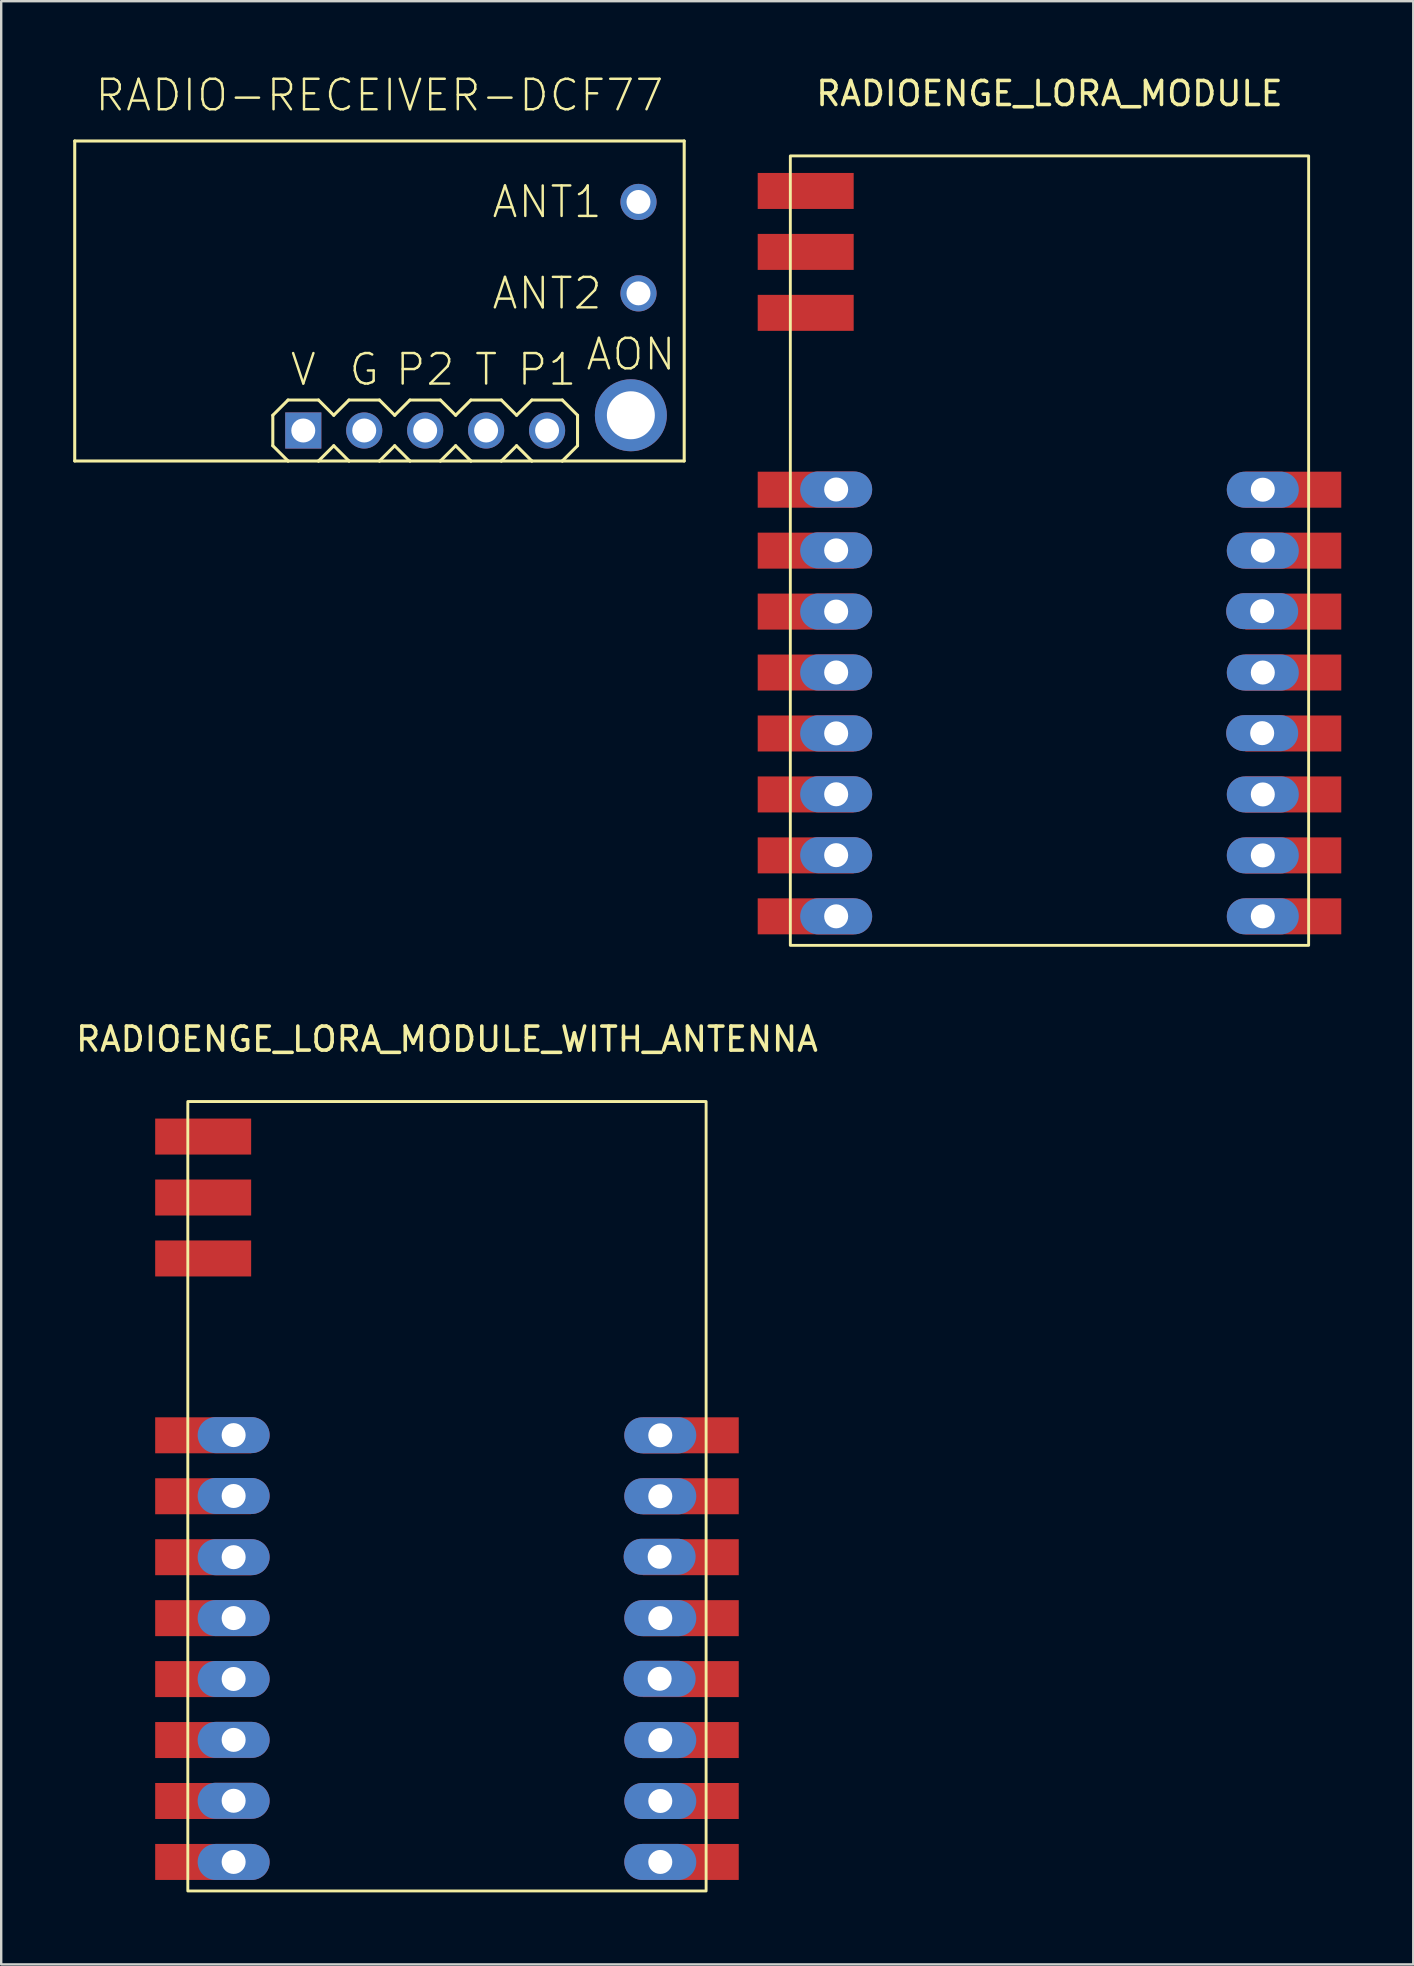
<source format=kicad_pcb>
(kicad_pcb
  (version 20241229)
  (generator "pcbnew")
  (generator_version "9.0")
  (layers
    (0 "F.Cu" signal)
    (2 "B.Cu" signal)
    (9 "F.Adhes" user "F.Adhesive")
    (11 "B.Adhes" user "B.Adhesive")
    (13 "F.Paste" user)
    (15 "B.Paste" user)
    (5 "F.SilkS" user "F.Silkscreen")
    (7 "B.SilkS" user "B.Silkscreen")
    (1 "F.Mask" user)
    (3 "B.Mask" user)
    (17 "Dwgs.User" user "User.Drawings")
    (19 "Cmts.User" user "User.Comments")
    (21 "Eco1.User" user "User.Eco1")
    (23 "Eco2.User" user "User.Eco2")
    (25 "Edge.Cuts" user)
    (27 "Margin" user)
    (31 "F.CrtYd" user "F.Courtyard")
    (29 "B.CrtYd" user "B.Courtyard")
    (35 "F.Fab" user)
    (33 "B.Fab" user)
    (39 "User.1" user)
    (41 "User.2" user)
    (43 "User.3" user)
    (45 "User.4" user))
  (footprint "RADIOENGE_LORA_MODULE_WITH_ANTENNA"
    (layer "F.Cu")
    (at 15.577 59.306)
    (property "Reference" "RADIOENGE_LORA_MODULE_WITH_ANTENNA" (at 0 -19.05 0) (unlocked yes) (layer "F.SilkS") (effects (font (size 1 1) (thickness 0.15))))
    (attr smd)
    (fp_rect (start -10.8 -16.45) (end 10.8 16.45) (stroke (width 0.12) (type solid)) (fill no) (layer "F.SilkS"))
    (pad "1" thru_hole oval (at 8.89 15.24) (size 3 1.5) (drill 1) (layers "*.Cu" "*.Mask"))
    (pad "1" smd rect (at 10.16 15.24) (size 4 1.5) (layers "F.Cu" "F.Mask" "F.Paste"))
    (pad "2" thru_hole oval (at 8.89 12.7) (size 3 1.5) (drill 1) (layers "*.Cu" "*.Mask"))
    (pad "2" smd rect (at 10.16 12.7) (size 4 1.5) (layers "F.Cu" "F.Mask" "F.Paste"))
    (pad "3" thru_hole oval (at 8.89 10.16) (size 3 1.5) (drill 1) (layers "*.Cu" "*.Mask"))
    (pad "3" smd rect (at 10.16 10.16) (size 4 1.5) (layers "F.Cu" "F.Mask" "F.Paste"))
    (pad "4" thru_hole oval (at 8.864 7.606) (size 3 1.5) (drill 1) (layers "*.Cu" "*.Mask"))
    (pad "4" smd rect (at 10.16 7.62) (size 4 1.5) (layers "F.Cu" "F.Mask" "F.Paste"))
    (pad "5" thru_hole oval (at 8.89 5.08) (size 3 1.5) (drill 1) (layers "*.Cu" "*.Mask"))
    (pad "5" smd rect (at 10.16 5.08) (size 4 1.5) (layers "F.Cu" "F.Mask" "F.Paste"))
    (pad "6" thru_hole oval (at 8.864 2.522) (size 3 1.5) (drill 1) (layers "*.Cu" "*.Mask"))
    (pad "6" smd rect (at 10.16 2.54) (size 4 1.5) (layers "F.Cu" "F.Mask" "F.Paste"))
    (pad "7" thru_hole oval (at 8.89 0) (size 3 1.5) (drill 1) (layers "*.Cu" "*.Mask"))
    (pad "7" smd rect (at 10.16 0) (size 4 1.5) (layers "F.Cu" "F.Mask" "F.Paste"))
    (pad "8" thru_hole oval (at 8.89 -2.54) (size 3 1.5) (drill 1) (layers "*.Cu" "*.Mask"))
    (pad "8" smd rect (at 10.16 -2.54) (size 4 1.5) (layers "F.Cu" "F.Mask" "F.Paste"))
    (pad "9" smd rect (at -10.16 15.24) (size 4 1.5) (layers "F.Cu" "F.Mask" "F.Paste"))
    (pad "9" thru_hole oval (at -8.89 15.24) (size 3 1.5) (drill 1) (layers "*.Cu" "*.Mask"))
    (pad "10" smd rect (at -10.16 12.7) (size 4 1.5) (layers "F.Cu" "F.Mask" "F.Paste"))
    (pad "10" thru_hole oval (at -8.89 12.691) (size 3 1.5) (drill 1) (layers "*.Cu" "*.Mask"))
    (pad "11" smd rect (at -10.16 10.16) (size 4 1.5) (layers "F.Cu" "F.Mask" "F.Paste"))
    (pad "11" thru_hole oval (at -8.89 10.153) (size 3 1.5) (drill 1) (layers "*.Cu" "*.Mask"))
    (pad "12" smd rect (at -10.16 7.62) (size 4 1.5) (layers "F.Cu" "F.Mask" "F.Paste"))
    (pad "12" thru_hole oval (at -8.89 7.615) (size 3 1.5) (drill 1) (layers "*.Cu" "*.Mask"))
    (pad "13" smd rect (at -10.16 5.08) (size 4 1.5) (layers "F.Cu" "F.Mask" "F.Paste"))
    (pad "13" thru_hole oval (at -8.89 5.077) (size 3 1.5) (drill 1) (layers "*.Cu" "*.Mask"))
    (pad "14" smd rect (at -10.16 2.54) (size 4 1.5) (layers "F.Cu" "F.Mask" "F.Paste"))
    (pad "14" thru_hole oval (at -8.89 2.539) (size 3 1.5) (drill 1) (layers "*.Cu" "*.Mask"))
    (pad "15" smd rect (at -10.16 0) (size 4 1.5) (layers "F.Cu" "F.Mask" "F.Paste"))
    (pad "15" thru_hole oval (at -8.89 -0.011) (size 3 1.5) (drill 1) (layers "*.Cu" "*.Mask"))
    (pad "16" smd rect (at -10.16 -2.54) (size 4 1.5) (layers "F.Cu" "F.Mask" "F.Paste"))
    (pad "16" thru_hole oval (at -8.89 -2.548) (size 3 1.5) (drill 1) (layers "*.Cu" "*.Mask"))
    (pad "17" smd rect (at -10.16 -14.99) (size 4 1.5) (layers "F.Cu" "F.Mask" "F.Paste"))
    (pad "18" smd rect (at -10.16 -12.45) (size 4 1.5) (layers "F.Cu" "F.Mask" "F.Paste"))
    (pad "19" smd rect (at -10.16 -9.91) (size 4 1.5) (layers "F.Cu" "F.Mask" "F.Paste"))
    (zone (net_name "") (layers "F.Cu" "B.Cu") (hatch edge 0.508) (connect_pads) (min_thickness 0.254) (filled_areas_thickness no) (keepout (tracks not_allowed) (vias not_allowed) (pads not_allowed) (copperpour not_allowed) (footprints not_allowed)) (placement (enabled no)) (fill) (polygon (pts (xy 20.577 50.306) (xy 13.577 50.306) (xy 13.577 42.856) (xy 20.677 42.806)))))
  (footprint "RADIOENGE_LORA_MODULE"
    (layer "F.Cu")
    (at 40.687 19.898)
    (property "Reference" "RADIOENGE_LORA_MODULE" (at 0 -19.05 0) (unlocked yes) (layer "F.SilkS") (effects (font (size 1 1) (thickness 0.15))))
    (attr smd)
    (fp_rect (start -10.8 -16.45) (end 10.8 16.45) (stroke (width 0.12) (type solid)) (fill no) (layer "F.SilkS"))
    (pad "1" thru_hole oval (at 8.89 15.24) (size 3 1.5) (drill 1) (layers "*.Cu" "*.Mask"))
    (pad "1" smd rect (at 10.16 15.24) (size 4 1.5) (layers "F.Cu" "F.Mask" "F.Paste"))
    (pad "2" thru_hole oval (at 8.89 12.7) (size 3 1.5) (drill 1) (layers "*.Cu" "*.Mask"))
    (pad "2" smd rect (at 10.16 12.7) (size 4 1.5) (layers "F.Cu" "F.Mask" "F.Paste"))
    (pad "3" thru_hole oval (at 8.89 10.16) (size 3 1.5) (drill 1) (layers "*.Cu" "*.Mask"))
    (pad "3" smd rect (at 10.16 10.16) (size 4 1.5) (layers "F.Cu" "F.Mask" "F.Paste"))
    (pad "4" thru_hole oval (at 8.864 7.606) (size 3 1.5) (drill 1) (layers "*.Cu" "*.Mask"))
    (pad "4" smd rect (at 10.16 7.62) (size 4 1.5) (layers "F.Cu" "F.Mask" "F.Paste"))
    (pad "5" thru_hole oval (at 8.89 5.08) (size 3 1.5) (drill 1) (layers "*.Cu" "*.Mask"))
    (pad "5" smd rect (at 10.16 5.08) (size 4 1.5) (layers "F.Cu" "F.Mask" "F.Paste"))
    (pad "6" thru_hole oval (at 8.864 2.522) (size 3 1.5) (drill 1) (layers "*.Cu" "*.Mask"))
    (pad "6" smd rect (at 10.16 2.54) (size 4 1.5) (layers "F.Cu" "F.Mask" "F.Paste"))
    (pad "7" thru_hole oval (at 8.89 0) (size 3 1.5) (drill 1) (layers "*.Cu" "*.Mask"))
    (pad "7" smd rect (at 10.16 0) (size 4 1.5) (layers "F.Cu" "F.Mask" "F.Paste"))
    (pad "8" thru_hole oval (at 8.89 -2.54) (size 3 1.5) (drill 1) (layers "*.Cu" "*.Mask"))
    (pad "8" smd rect (at 10.16 -2.54) (size 4 1.5) (layers "F.Cu" "F.Mask" "F.Paste"))
    (pad "9" smd rect (at -10.16 15.24) (size 4 1.5) (layers "F.Cu" "F.Mask" "F.Paste"))
    (pad "9" thru_hole oval (at -8.89 15.24) (size 3 1.5) (drill 1) (layers "*.Cu" "*.Mask"))
    (pad "10" smd rect (at -10.16 12.7) (size 4 1.5) (layers "F.Cu" "F.Mask" "F.Paste"))
    (pad "10" thru_hole oval (at -8.89 12.691) (size 3 1.5) (drill 1) (layers "*.Cu" "*.Mask"))
    (pad "11" smd rect (at -10.16 10.16) (size 4 1.5) (layers "F.Cu" "F.Mask" "F.Paste"))
    (pad "11" thru_hole oval (at -8.89 10.153) (size 3 1.5) (drill 1) (layers "*.Cu" "*.Mask"))
    (pad "12" smd rect (at -10.16 7.62) (size 4 1.5) (layers "F.Cu" "F.Mask" "F.Paste"))
    (pad "12" thru_hole oval (at -8.89 7.615) (size 3 1.5) (drill 1) (layers "*.Cu" "*.Mask"))
    (pad "13" smd rect (at -10.16 5.08) (size 4 1.5) (layers "F.Cu" "F.Mask" "F.Paste"))
    (pad "13" thru_hole oval (at -8.89 5.077) (size 3 1.5) (drill 1) (layers "*.Cu" "*.Mask"))
    (pad "14" smd rect (at -10.16 2.54) (size 4 1.5) (layers "F.Cu" "F.Mask" "F.Paste"))
    (pad "14" thru_hole oval (at -8.89 2.539) (size 3 1.5) (drill 1) (layers "*.Cu" "*.Mask"))
    (pad "15" smd rect (at -10.16 0) (size 4 1.5) (layers "F.Cu" "F.Mask" "F.Paste"))
    (pad "15" thru_hole oval (at -8.89 -0.011) (size 3 1.5) (drill 1) (layers "*.Cu" "*.Mask"))
    (pad "16" smd rect (at -10.16 -2.54) (size 4 1.5) (layers "F.Cu" "F.Mask" "F.Paste"))
    (pad "16" thru_hole oval (at -8.89 -2.548) (size 3 1.5) (drill 1) (layers "*.Cu" "*.Mask"))
    (pad "17" smd rect (at -10.16 -14.99) (size 4 1.5) (layers "F.Cu" "F.Mask" "F.Paste"))
    (pad "18" smd rect (at -10.16 -12.45) (size 4 1.5) (layers "F.Cu" "F.Mask" "F.Paste"))
    (pad "19" smd rect (at -10.16 -9.91) (size 4 1.5) (layers "F.Cu" "F.Mask" "F.Paste"))
    (zone (net_name "") (layers "F.Cu" "B.Cu") (hatch edge 0.508) (connect_pads) (min_thickness 0.254) (filled_areas_thickness no) (keepout (tracks not_allowed) (vias not_allowed) (pads not_allowed) (copperpour not_allowed) (footprints not_allowed)) (placement (enabled no)) (fill) (polygon (pts (xy 45.687 10.898) (xy 38.687 10.898) (xy 38.687 3.448) (xy 45.787 3.398)))))
  (footprint "RADIO-RECEIVER-DCF77"
    (layer "F.Cu")
    (at 12.764 9.811)
    (property "Reference" "RADIO-RECEIVER-DCF77" (at 0 -8.89 0) (layer "F.SilkS") (effects (font (size 1.27 1.27) (thickness 0.102))))
    (attr exclude_from_pos_files exclude_from_bom)
    (fp_line (start -12.7 -6.985) (end 12.7 -6.985) (stroke (width 0.127) (type solid)) (layer "F.SilkS"))
    (fp_line (start -12.7 6.35) (end -12.7 -6.985) (stroke (width 0.127) (type solid)) (layer "F.SilkS"))
    (fp_line (start -4.445 4.445) (end -3.81 3.81) (stroke (width 0.127) (type solid)) (layer "F.SilkS"))
    (fp_line (start -4.445 5.715) (end -4.445 4.445) (stroke (width 0.127) (type solid)) (layer "F.SilkS"))
    (fp_line (start -3.81 3.81) (end -2.54 3.81) (stroke (width 0.127) (type solid)) (layer "F.SilkS"))
    (fp_line (start -3.81 6.35) (end -12.7 6.35) (stroke (width 0.127) (type solid)) (layer "F.SilkS"))
    (fp_line (start -3.81 6.35) (end -4.445 5.715) (stroke (width 0.127) (type solid)) (layer "F.SilkS"))
    (fp_line (start -2.54 3.81) (end -1.905 4.445) (stroke (width 0.127) (type solid)) (layer "F.SilkS"))
    (fp_line (start -2.54 6.35) (end -3.81 6.35) (stroke (width 0.127) (type solid)) (layer "F.SilkS"))
    (fp_line (start -1.905 4.445) (end -1.27 3.81) (stroke (width 0.127) (type solid)) (layer "F.SilkS"))
    (fp_line (start -1.905 5.715) (end -2.54 6.35) (stroke (width 0.127) (type solid)) (layer "F.SilkS"))
    (fp_line (start -1.27 3.81) (end 0 3.81) (stroke (width 0.127) (type solid)) (layer "F.SilkS"))
    (fp_line (start -1.27 6.35) (end -2.54 6.35) (stroke (width 0.127) (type solid)) (layer "F.SilkS"))
    (fp_line (start -1.27 6.35) (end -1.905 5.715) (stroke (width 0.127) (type solid)) (layer "F.SilkS"))
    (fp_line (start 0 3.81) (end 0.635 4.445) (stroke (width 0.127) (type solid)) (layer "F.SilkS"))
    (fp_line (start 0 6.35) (end -1.27 6.35) (stroke (width 0.127) (type solid)) (layer "F.SilkS"))
    (fp_line (start 0.635 4.445) (end 1.27 3.81) (stroke (width 0.127) (type solid)) (layer "F.SilkS"))
    (fp_line (start 0.635 5.715) (end 0 6.35) (stroke (width 0.127) (type solid)) (layer "F.SilkS"))
    (fp_line (start 1.27 3.81) (end 2.54 3.81) (stroke (width 0.127) (type solid)) (layer "F.SilkS"))
    (fp_line (start 1.27 6.35) (end 0 6.35) (stroke (width 0.127) (type solid)) (layer "F.SilkS"))
    (fp_line (start 1.27 6.35) (end 0.635 5.715) (stroke (width 0.127) (type solid)) (layer "F.SilkS"))
    (fp_line (start 2.54 3.81) (end 3.175 4.445) (stroke (width 0.127) (type solid)) (layer "F.SilkS"))
    (fp_line (start 2.54 6.35) (end 1.27 6.35) (stroke (width 0.127) (type solid)) (layer "F.SilkS"))
    (fp_line (start 3.175 4.445) (end 3.81 3.81) (stroke (width 0.127) (type solid)) (layer "F.SilkS"))
    (fp_line (start 3.175 5.715) (end 2.54 6.35) (stroke (width 0.127) (type solid)) (layer "F.SilkS"))
    (fp_line (start 3.81 3.81) (end 5.08 3.81) (stroke (width 0.127) (type solid)) (layer "F.SilkS"))
    (fp_line (start 3.81 6.35) (end 2.54 6.35) (stroke (width 0.127) (type solid)) (layer "F.SilkS"))
    (fp_line (start 3.81 6.35) (end 3.175 5.715) (stroke (width 0.127) (type solid)) (layer "F.SilkS"))
    (fp_line (start 5.08 3.81) (end 5.715 4.445) (stroke (width 0.127) (type solid)) (layer "F.SilkS"))
    (fp_line (start 5.08 6.35) (end 3.81 6.35) (stroke (width 0.127) (type solid)) (layer "F.SilkS"))
    (fp_line (start 5.715 4.445) (end 6.35 3.81) (stroke (width 0.127) (type solid)) (layer "F.SilkS"))
    (fp_line (start 5.715 5.715) (end 5.08 6.35) (stroke (width 0.127) (type solid)) (layer "F.SilkS"))
    (fp_line (start 6.35 3.81) (end 7.62 3.81) (stroke (width 0.127) (type solid)) (layer "F.SilkS"))
    (fp_line (start 6.35 6.35) (end 5.08 6.35) (stroke (width 0.127) (type solid)) (layer "F.SilkS"))
    (fp_line (start 6.35 6.35) (end 5.715 5.715) (stroke (width 0.127) (type solid)) (layer "F.SilkS"))
    (fp_line (start 7.62 3.81) (end 8.255 4.445) (stroke (width 0.127) (type solid)) (layer "F.SilkS"))
    (fp_line (start 7.62 6.35) (end 6.35 6.35) (stroke (width 0.127) (type solid)) (layer "F.SilkS"))
    (fp_line (start 8.255 4.445) (end 8.255 5.715) (stroke (width 0.127) (type solid)) (layer "F.SilkS"))
    (fp_line (start 8.255 5.715) (end 7.62 6.35) (stroke (width 0.127) (type solid)) (layer "F.SilkS"))
    (fp_line (start 12.7 -6.985) (end 12.7 6.35) (stroke (width 0.127) (type solid)) (layer "F.SilkS"))
    (fp_line (start 12.7 6.35) (end 7.62 6.35) (stroke (width 0.127) (type solid)) (layer "F.SilkS"))
    (fp_text user "AON" (at 10.477 1.905 0) (layer "F.SilkS") (effects (font (size 1.27 1.27) (thickness 0.102))))
    (fp_text user "V" (at -3.175 2.54 0) (layer "F.SilkS") (effects (font (size 1.27 1.27) (thickness 0.102))))
    (fp_text user "P2" (at 1.905 2.54 0) (layer "F.SilkS") (effects (font (size 1.27 1.27) (thickness 0.102))))
    (fp_text user "ANT2" (at 6.985 -0.635 0) (layer "F.SilkS") (effects (font (size 1.27 1.27) (thickness 0.102))))
    (fp_text user "P1" (at 6.985 2.54 0) (layer "F.SilkS") (effects (font (size 1.27 1.27) (thickness 0.102))))
    (fp_text user "T" (at 4.445 2.54 0) (layer "F.SilkS") (effects (font (size 1.27 1.27) (thickness 0.102))))
    (fp_text user "G" (at -0.635 2.54 0) (layer "F.SilkS") (effects (font (size 1.27 1.27) (thickness 0.102))))
    (fp_text user "ANT1" (at 6.985 -4.445 0) (layer "F.SilkS") (effects (font (size 1.27 1.27) (thickness 0.102))))
    (pad "1" thru_hole rect (at -3.175 5.08) (size 1.506 1.506) (drill 0.998) (layers "*.Cu" "*.Paste" "*.Mask"))
    (pad "2" thru_hole circle (at -0.635 5.08) (size 1.506 1.506) (drill 0.998) (layers "*.Cu" "*.Paste" "*.Mask"))
    (pad "3" thru_hole circle (at 1.905 5.08) (size 1.506 1.506) (drill 0.998) (layers "*.Cu" "*.Paste" "*.Mask"))
    (pad "4" thru_hole circle (at 4.445 5.08) (size 1.506 1.506) (drill 0.998) (layers "*.Cu" "*.Paste" "*.Mask"))
    (pad "5" thru_hole circle (at 6.985 5.08) (size 1.506 1.506) (drill 0.998) (layers "*.Cu" "*.Paste" "*.Mask"))
    (pad "A1" thru_hole circle (at 10.795 -4.445) (size 1.506 1.506) (drill 0.998) (layers "*.Cu" "*.Paste" "*.Mask"))
    (pad "A2" thru_hole circle (at 10.795 -0.635) (size 1.506 1.506) (drill 0.998) (layers "*.Cu" "*.Paste" "*.Mask"))
    (pad "AON" thru_hole circle (at 10.477 4.445) (size 3 3) (drill 1.999) (layers "*.Cu" "*.Paste" "*.Mask")))
  (gr_rect
    (start -3 -3)
    (end 55.847 78.817)
    (stroke (width 0.1) (type default))
    (fill no)
    (layer "Edge.Cuts")))
</source>
